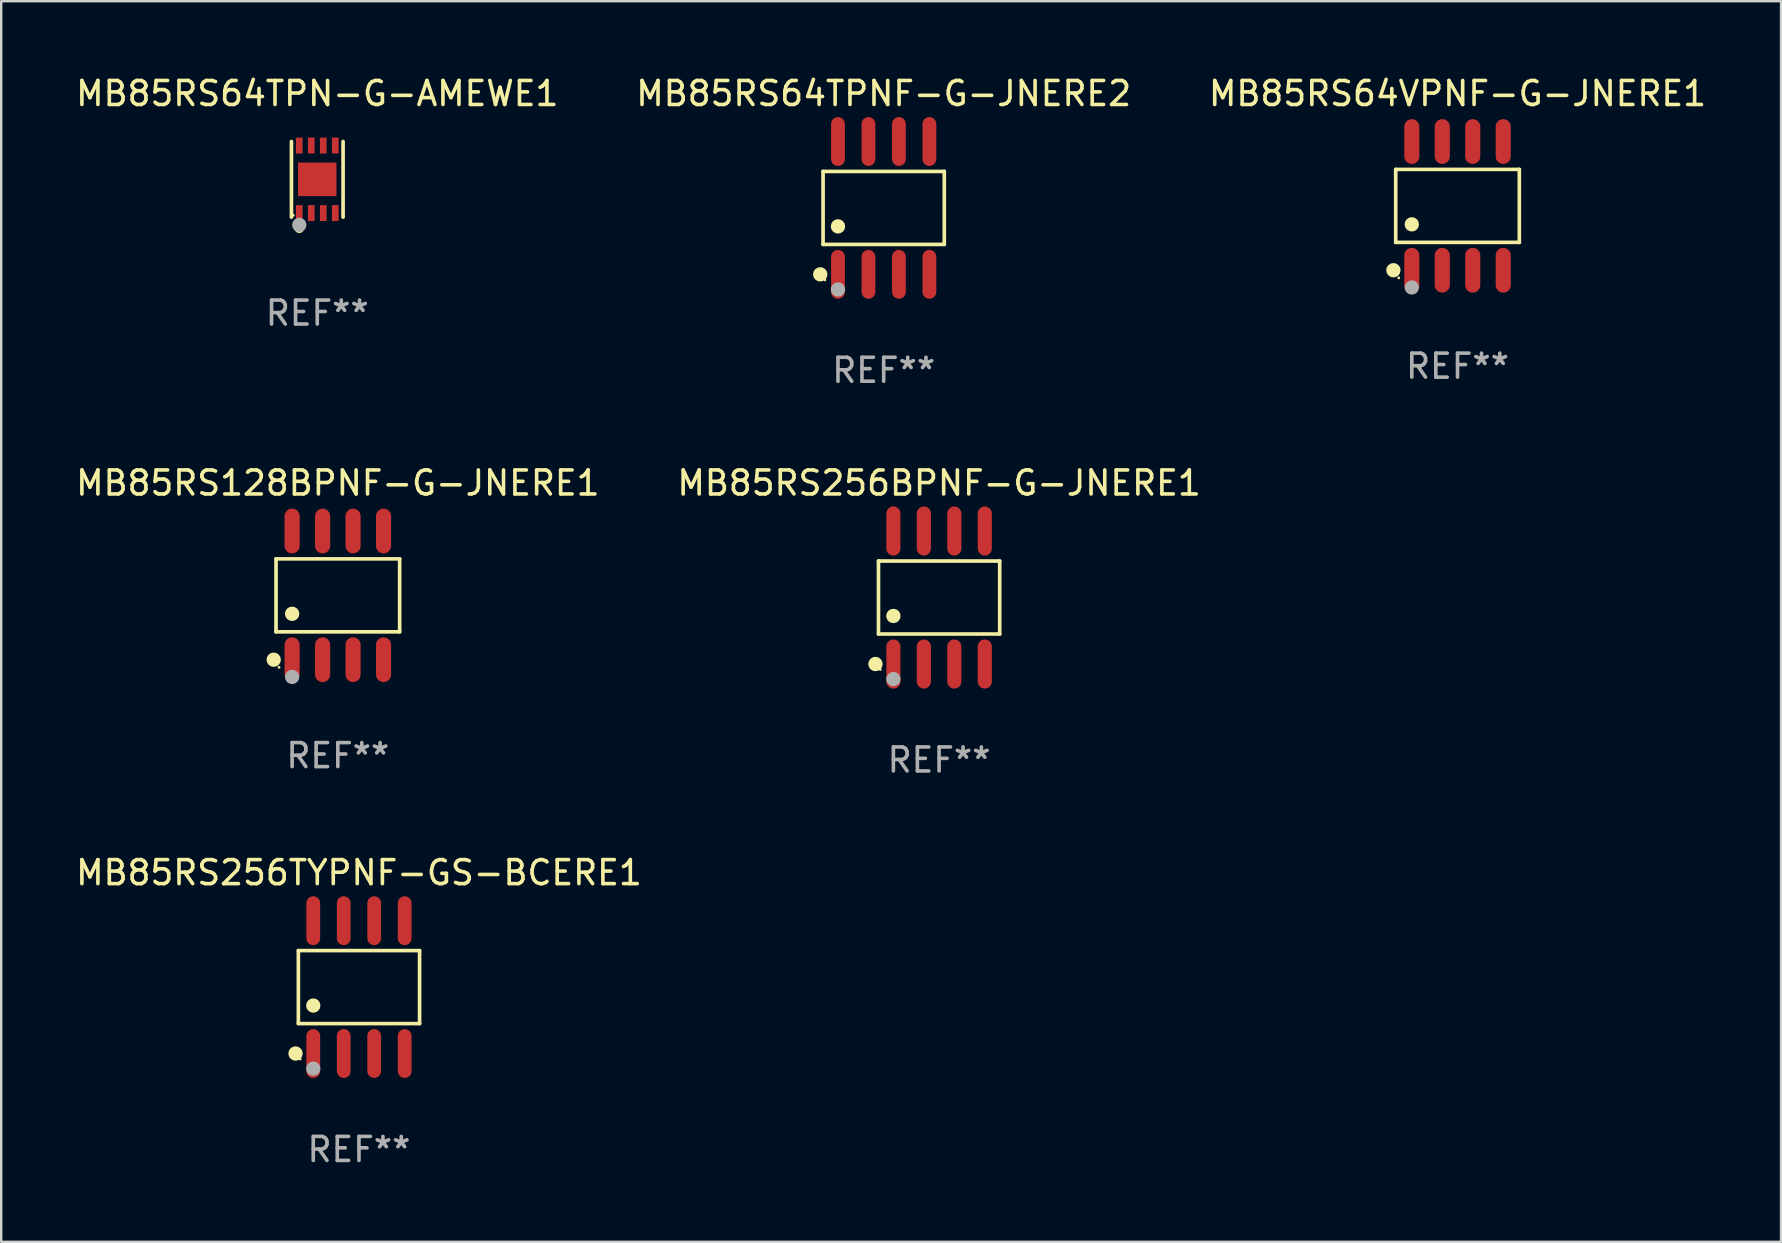
<source format=kicad_pcb>
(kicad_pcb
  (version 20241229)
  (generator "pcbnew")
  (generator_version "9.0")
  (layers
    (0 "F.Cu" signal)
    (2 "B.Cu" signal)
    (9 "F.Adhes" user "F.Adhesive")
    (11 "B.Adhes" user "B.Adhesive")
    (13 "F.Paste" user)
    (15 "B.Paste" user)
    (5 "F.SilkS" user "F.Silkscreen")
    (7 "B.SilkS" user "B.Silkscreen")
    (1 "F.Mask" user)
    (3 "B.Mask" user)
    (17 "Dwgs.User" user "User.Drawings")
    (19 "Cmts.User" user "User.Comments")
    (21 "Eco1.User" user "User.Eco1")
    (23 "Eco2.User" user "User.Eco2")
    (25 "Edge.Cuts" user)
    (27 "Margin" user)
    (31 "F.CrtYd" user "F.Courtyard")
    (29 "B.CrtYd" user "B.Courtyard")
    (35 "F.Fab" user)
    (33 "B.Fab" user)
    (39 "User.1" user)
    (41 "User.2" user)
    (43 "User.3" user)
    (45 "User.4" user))
  (footprint "MB85RS256BPNF-G-JNERE1"
    (layer "F.Cu")
    (at 36.089 21.853)
    (property "Reference" "MB85RS256BPNF-G-JNERE1" (at 0 -4.772 0) (layer "F.SilkS") (effects (font (size 1 1) (thickness 0.15))))
    (attr through_hole)
    (fp_line (start -2.526 -1.521) (end 2.526 -1.521) (stroke (width 0.152) (type solid)) (layer "F.SilkS"))
    (fp_line (start -2.526 1.521) (end -2.526 -1.521) (stroke (width 0.152) (type solid)) (layer "F.SilkS"))
    (fp_line (start 2.526 -1.521) (end 2.526 1.521) (stroke (width 0.152) (type solid)) (layer "F.SilkS"))
    (fp_line (start 2.526 1.521) (end -2.526 1.521) (stroke (width 0.152) (type solid)) (layer "F.SilkS"))
    (fp_circle (center -2.652 2.772) (end -2.501 2.772) (stroke (width 0.3) (type solid)) (fill no) (layer "F.SilkS"))
    (fp_circle (center -2.45 3) (end -2.42 3) (stroke (width 0.06) (type solid)) (fill no) (layer "F.SilkS"))
    (fp_circle (center -1.905 0.769) (end -1.755 0.769) (stroke (width 0.3) (type solid)) (fill no) (layer "F.SilkS"))
    (fp_circle (center -1.905 3.4) (end -1.755 3.4) (stroke (width 0.3) (type solid)) (fill no) (layer "F.Fab"))
    (fp_text user "REF**" (at 0 6.772 0) (layer "F.Fab") (effects (font (size 1 1) (thickness 0.15))))
    (pad "1" smd oval (at -1.905 2.772) (size 0.588 2.045) (layers "F.Cu" "F.Mask" "F.Paste"))
    (pad "2" smd oval (at -0.635 2.772) (size 0.588 2.045) (layers "F.Cu" "F.Mask" "F.Paste"))
    (pad "3" smd oval (at 0.635 2.772) (size 0.588 2.045) (layers "F.Cu" "F.Mask" "F.Paste"))
    (pad "4" smd oval (at 1.905 2.772) (size 0.588 2.045) (layers "F.Cu" "F.Mask" "F.Paste"))
    (pad "5" smd oval (at 1.905 -2.772) (size 0.588 2.045) (layers "F.Cu" "F.Mask" "F.Paste"))
    (pad "6" smd oval (at 0.635 -2.772) (size 0.588 2.045) (layers "F.Cu" "F.Mask" "F.Paste"))
    (pad "7" smd oval (at -0.635 -2.772) (size 0.588 2.045) (layers "F.Cu" "F.Mask" "F.Paste"))
    (pad "8" smd oval (at -1.905 -2.772) (size 0.588 2.045) (layers "F.Cu" "F.Mask" "F.Paste")))
  (footprint "MB85RS256TYPNF-GS-BCERE1"
    (layer "F.Cu")
    (at 11.911 38.09)
    (property "Reference" "MB85RS256TYPNF-GS-BCERE1" (at 0 -4.768 0) (layer "F.SilkS") (effects (font (size 1 1) (thickness 0.15))))
    (attr through_hole)
    (fp_line (start -2.526 -1.521) (end 2.526 -1.521) (stroke (width 0.152) (type solid)) (layer "F.SilkS"))
    (fp_line (start -2.526 1.521) (end -2.526 -1.521) (stroke (width 0.152) (type solid)) (layer "F.SilkS"))
    (fp_line (start 2.526 -1.521) (end 2.526 1.521) (stroke (width 0.152) (type solid)) (layer "F.SilkS"))
    (fp_line (start 2.526 1.521) (end -2.526 1.521) (stroke (width 0.152) (type solid)) (layer "F.SilkS"))
    (fp_circle (center -2.644 2.768) (end -2.494 2.768) (stroke (width 0.3) (type solid)) (fill no) (layer "F.SilkS"))
    (fp_circle (center -2.45 2.998) (end -2.42 2.998) (stroke (width 0.06) (type solid)) (fill no) (layer "F.SilkS"))
    (fp_circle (center -1.905 0.769) (end -1.755 0.769) (stroke (width 0.3) (type solid)) (fill no) (layer "F.SilkS"))
    (fp_circle (center -1.905 3.398) (end -1.755 3.398) (stroke (width 0.3) (type solid)) (fill no) (layer "F.Fab"))
    (fp_text user "REF**" (at 0 6.768 0) (layer "F.Fab") (effects (font (size 1 1) (thickness 0.15))))
    (pad "1" smd oval (at -1.905 2.768) (size 0.574 2.036) (layers "F.Cu" "F.Mask" "F.Paste"))
    (pad "2" smd oval (at -0.635 2.768) (size 0.574 2.036) (layers "F.Cu" "F.Mask" "F.Paste"))
    (pad "3" smd oval (at 0.635 2.768) (size 0.574 2.036) (layers "F.Cu" "F.Mask" "F.Paste"))
    (pad "4" smd oval (at 1.905 2.768) (size 0.574 2.036) (layers "F.Cu" "F.Mask" "F.Paste"))
    (pad "5" smd oval (at 1.905 -2.768) (size 0.574 2.036) (layers "F.Cu" "F.Mask" "F.Paste"))
    (pad "6" smd oval (at 0.635 -2.768) (size 0.574 2.036) (layers "F.Cu" "F.Mask" "F.Paste"))
    (pad "7" smd oval (at -0.635 -2.768) (size 0.574 2.036) (layers "F.Cu" "F.Mask" "F.Paste"))
    (pad "8" smd oval (at -1.905 -2.768) (size 0.574 2.036) (layers "F.Cu" "F.Mask" "F.Paste")))
  (footprint "MB85RS64TPN-G-AMEWE1"
    (layer "F.Cu")
    (at 10.173 4.424)
    (property "Reference" "MB85RS64TPN-G-AMEWE1" (at 0 -3.576 0) (layer "F.SilkS") (effects (font (size 1 1) (thickness 0.15))))
    (attr through_hole)
    (fp_line (start -1.076 1.576) (end -1.076 -1.576) (stroke (width 0.152) (type solid)) (layer "F.SilkS"))
    (fp_line (start 1.076 -1.576) (end 1.076 1.576) (stroke (width 0.152) (type solid)) (layer "F.SilkS"))
    (fp_circle (center -1 1.5) (end -0.97 1.5) (stroke (width 0.06) (type solid)) (fill no) (layer "F.SilkS"))
    (fp_circle (center -0.75 2.04) (end -0.65 2.04) (stroke (width 0.2) (type solid)) (fill no) (layer "F.SilkS"))
    (fp_circle (center -0.75 1.9) (end -0.6 1.9) (stroke (width 0.3) (type solid)) (fill no) (layer "F.Fab"))
    (fp_text user "REF**" (at 0 5.576 0) (layer "F.Fab") (effects (font (size 1 1) (thickness 0.15))))
    (pad "1" smd rect (at -0.75 1.407) (size 0.28 0.665) (layers "F.Cu" "F.Mask" "F.Paste"))
    (pad "2" smd rect (at -0.25 1.407) (size 0.28 0.665) (layers "F.Cu" "F.Mask" "F.Paste"))
    (pad "3" smd rect (at 0.25 1.407) (size 0.28 0.665) (layers "F.Cu" "F.Mask" "F.Paste"))
    (pad "4" smd rect (at 0.75 1.407) (size 0.28 0.665) (layers "F.Cu" "F.Mask" "F.Paste"))
    (pad "5" smd rect (at 0.75 -1.407) (size 0.28 0.665) (layers "F.Cu" "F.Mask" "F.Paste"))
    (pad "6" smd rect (at 0.25 -1.407) (size 0.28 0.665) (layers "F.Cu" "F.Mask" "F.Paste"))
    (pad "7" smd rect (at -0.25 -1.407) (size 0.28 0.665) (layers "F.Cu" "F.Mask" "F.Paste"))
    (pad "8" smd rect (at -0.75 -1.407) (size 0.28 0.665) (layers "F.Cu" "F.Mask" "F.Paste"))
    (pad "9" smd rect (at 0 0) (size 1.6 1.4) (layers "F.Cu" "F.Mask" "F.Paste")))
  (footprint "MB85RS128BPNF-G-JNERE1"
    (layer "F.Cu")
    (at 11.03 21.763)
    (property "Reference" "MB85RS128BPNF-G-JNERE1" (at 0 -4.682 0) (layer "F.SilkS") (effects (font (size 1 1) (thickness 0.15))))
    (attr through_hole)
    (fp_line (start -2.576 -1.521) (end 2.576 -1.521) (stroke (width 0.152) (type solid)) (layer "F.SilkS"))
    (fp_line (start -2.576 1.521) (end -2.576 -1.521) (stroke (width 0.152) (type solid)) (layer "F.SilkS"))
    (fp_line (start 2.576 -1.521) (end 2.576 1.521) (stroke (width 0.152) (type solid)) (layer "F.SilkS"))
    (fp_line (start 2.576 1.521) (end -2.576 1.521) (stroke (width 0.152) (type solid)) (layer "F.SilkS"))
    (fp_circle (center -2.672 2.682) (end -2.522 2.682) (stroke (width 0.3) (type solid)) (fill no) (layer "F.SilkS"))
    (fp_circle (center -2.45 3) (end -2.42 3) (stroke (width 0.06) (type solid)) (fill no) (layer "F.SilkS"))
    (fp_circle (center -1.905 0.769) (end -1.755 0.769) (stroke (width 0.3) (type solid)) (fill no) (layer "F.SilkS"))
    (fp_circle (center -1.905 3.4) (end -1.755 3.4) (stroke (width 0.3) (type solid)) (fill no) (layer "F.Fab"))
    (fp_text user "REF**" (at 0 6.682 0) (layer "F.Fab") (effects (font (size 1 1) (thickness 0.15))))
    (pad "1" smd oval (at -1.905 2.682) (size 0.63 1.865) (layers "F.Cu" "F.Mask" "F.Paste"))
    (pad "2" smd oval (at -0.635 2.682) (size 0.63 1.865) (layers "F.Cu" "F.Mask" "F.Paste"))
    (pad "3" smd oval (at 0.635 2.682) (size 0.63 1.865) (layers "F.Cu" "F.Mask" "F.Paste"))
    (pad "4" smd oval (at 1.905 2.682) (size 0.63 1.865) (layers "F.Cu" "F.Mask" "F.Paste"))
    (pad "5" smd oval (at 1.905 -2.682) (size 0.63 1.865) (layers "F.Cu" "F.Mask" "F.Paste"))
    (pad "6" smd oval (at 0.635 -2.682) (size 0.63 1.865) (layers "F.Cu" "F.Mask" "F.Paste"))
    (pad "7" smd oval (at -0.635 -2.682) (size 0.63 1.865) (layers "F.Cu" "F.Mask" "F.Paste"))
    (pad "8" smd oval (at -1.905 -2.682) (size 0.63 1.865) (layers "F.Cu" "F.Mask" "F.Paste")))
  (footprint "MB85RS64VPNF-G-JNERE1"
    (layer "F.Cu")
    (at 57.696 5.531)
    (property "Reference" "MB85RS64VPNF-G-JNERE1" (at 0 -4.682 0) (layer "F.SilkS") (effects (font (size 1 1) (thickness 0.15))))
    (attr through_hole)
    (fp_line (start -2.576 -1.521) (end 2.576 -1.521) (stroke (width 0.152) (type solid)) (layer "F.SilkS"))
    (fp_line (start -2.576 1.521) (end -2.576 -1.521) (stroke (width 0.152) (type solid)) (layer "F.SilkS"))
    (fp_line (start 2.576 -1.521) (end 2.576 1.521) (stroke (width 0.152) (type solid)) (layer "F.SilkS"))
    (fp_line (start 2.576 1.521) (end -2.576 1.521) (stroke (width 0.152) (type solid)) (layer "F.SilkS"))
    (fp_circle (center -2.672 2.682) (end -2.522 2.682) (stroke (width 0.3) (type solid)) (fill no) (layer "F.SilkS"))
    (fp_circle (center -2.45 3) (end -2.42 3) (stroke (width 0.06) (type solid)) (fill no) (layer "F.SilkS"))
    (fp_circle (center -1.905 0.769) (end -1.755 0.769) (stroke (width 0.3) (type solid)) (fill no) (layer "F.SilkS"))
    (fp_circle (center -1.905 3.4) (end -1.755 3.4) (stroke (width 0.3) (type solid)) (fill no) (layer "F.Fab"))
    (fp_text user "REF**" (at 0 6.682 0) (layer "F.Fab") (effects (font (size 1 1) (thickness 0.15))))
    (pad "1" smd oval (at -1.905 2.682) (size 0.63 1.865) (layers "F.Cu" "F.Mask" "F.Paste"))
    (pad "2" smd oval (at -0.635 2.682) (size 0.63 1.865) (layers "F.Cu" "F.Mask" "F.Paste"))
    (pad "3" smd oval (at 0.635 2.682) (size 0.63 1.865) (layers "F.Cu" "F.Mask" "F.Paste"))
    (pad "4" smd oval (at 1.905 2.682) (size 0.63 1.865) (layers "F.Cu" "F.Mask" "F.Paste"))
    (pad "5" smd oval (at 1.905 -2.682) (size 0.63 1.865) (layers "F.Cu" "F.Mask" "F.Paste"))
    (pad "6" smd oval (at 0.635 -2.682) (size 0.63 1.865) (layers "F.Cu" "F.Mask" "F.Paste"))
    (pad "7" smd oval (at -0.635 -2.682) (size 0.63 1.865) (layers "F.Cu" "F.Mask" "F.Paste"))
    (pad "8" smd oval (at -1.905 -2.682) (size 0.63 1.865) (layers "F.Cu" "F.Mask" "F.Paste")))
  (footprint "MB85RS64TPNF-G-JNERE2"
    (layer "F.Cu")
    (at 33.78 5.616)
    (property "Reference" "MB85RS64TPNF-G-JNERE2" (at 0 -4.768 0) (layer "F.SilkS") (effects (font (size 1 1) (thickness 0.15))))
    (attr through_hole)
    (fp_line (start -2.526 -1.521) (end 2.526 -1.521) (stroke (width 0.152) (type solid)) (layer "F.SilkS"))
    (fp_line (start -2.526 1.521) (end -2.526 -1.521) (stroke (width 0.152) (type solid)) (layer "F.SilkS"))
    (fp_line (start 2.526 -1.521) (end 2.526 1.521) (stroke (width 0.152) (type solid)) (layer "F.SilkS"))
    (fp_line (start 2.526 1.521) (end -2.526 1.521) (stroke (width 0.152) (type solid)) (layer "F.SilkS"))
    (fp_circle (center -2.644 2.768) (end -2.494 2.768) (stroke (width 0.3) (type solid)) (fill no) (layer "F.SilkS"))
    (fp_circle (center -2.45 2.998) (end -2.42 2.998) (stroke (width 0.06) (type solid)) (fill no) (layer "F.SilkS"))
    (fp_circle (center -1.905 0.769) (end -1.755 0.769) (stroke (width 0.3) (type solid)) (fill no) (layer "F.SilkS"))
    (fp_circle (center -1.905 3.398) (end -1.755 3.398) (stroke (width 0.3) (type solid)) (fill no) (layer "F.Fab"))
    (fp_text user "REF**" (at 0 6.768 0) (layer "F.Fab") (effects (font (size 1 1) (thickness 0.15))))
    (pad "1" smd oval (at -1.905 2.768) (size 0.574 2.036) (layers "F.Cu" "F.Mask" "F.Paste"))
    (pad "2" smd oval (at -0.635 2.768) (size 0.574 2.036) (layers "F.Cu" "F.Mask" "F.Paste"))
    (pad "3" smd oval (at 0.635 2.768) (size 0.574 2.036) (layers "F.Cu" "F.Mask" "F.Paste"))
    (pad "4" smd oval (at 1.905 2.768) (size 0.574 2.036) (layers "F.Cu" "F.Mask" "F.Paste"))
    (pad "5" smd oval (at 1.905 -2.768) (size 0.574 2.036) (layers "F.Cu" "F.Mask" "F.Paste"))
    (pad "6" smd oval (at 0.635 -2.768) (size 0.574 2.036) (layers "F.Cu" "F.Mask" "F.Paste"))
    (pad "7" smd oval (at -0.635 -2.768) (size 0.574 2.036) (layers "F.Cu" "F.Mask" "F.Paste"))
    (pad "8" smd oval (at -1.905 -2.768) (size 0.574 2.036) (layers "F.Cu" "F.Mask" "F.Paste")))
  (gr_rect
    (start -3 -3)
    (end 71.179 48.706)
    (stroke (width 0.1) (type default))
    (fill no)
    (layer "Edge.Cuts")))
</source>
